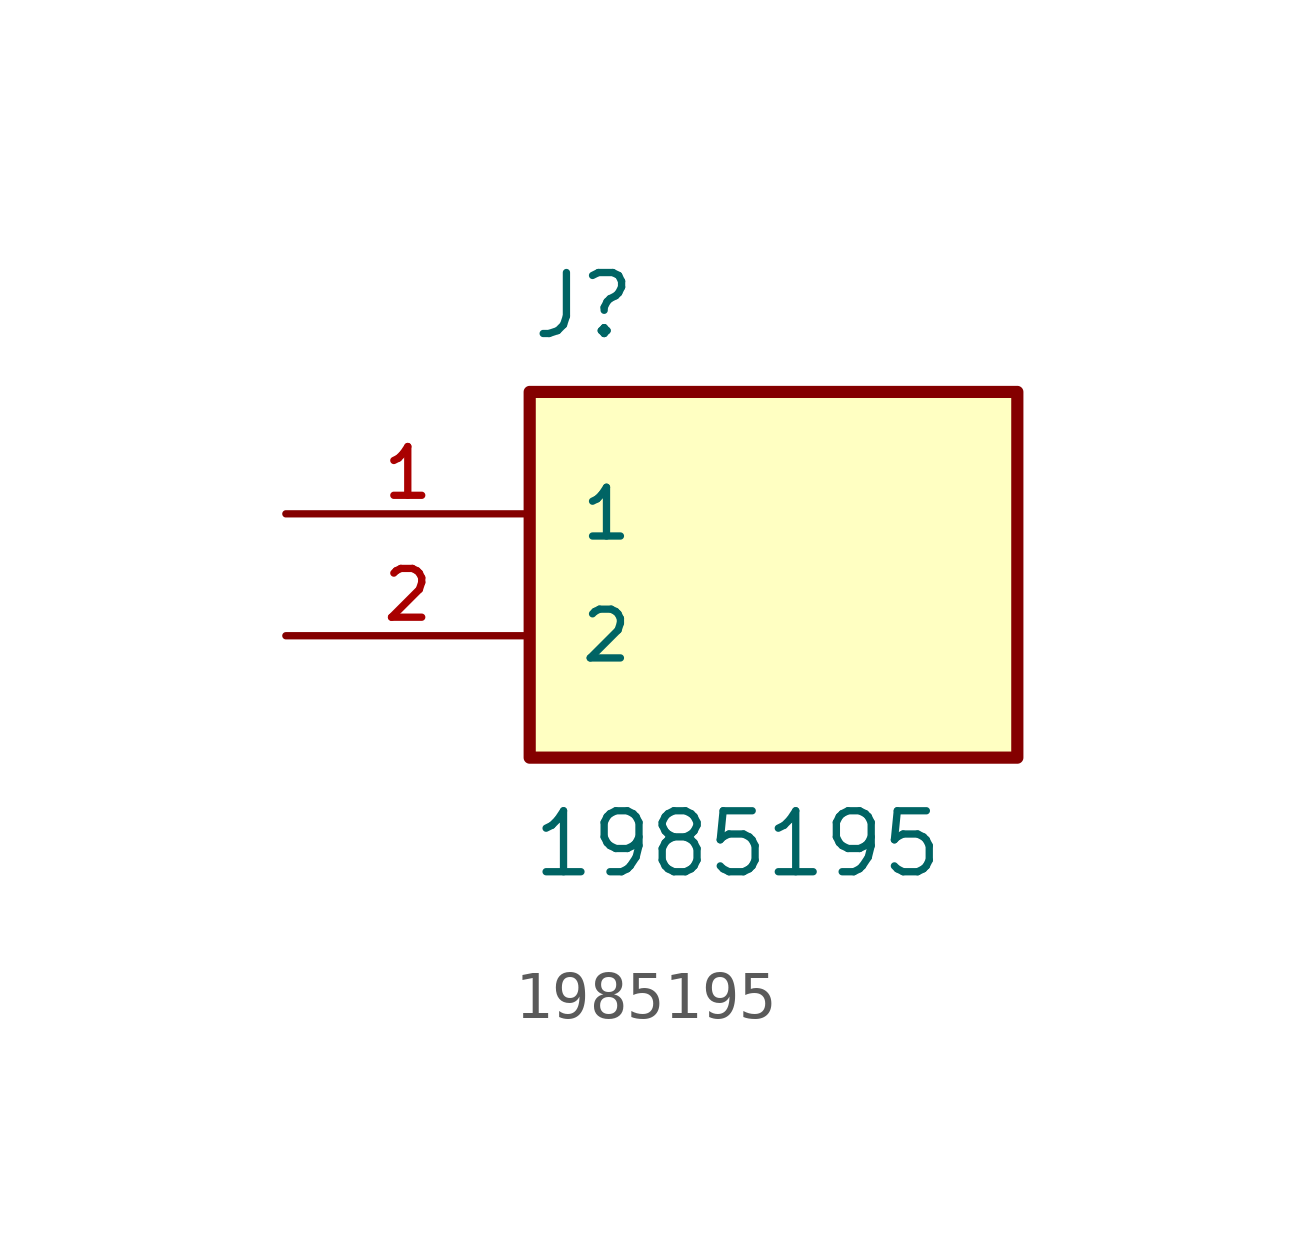
<source format=kicad_sym>
(kicad_symbol_lib
  (version 20211014)
  (generator kicad_symbol_editor)
  (symbol "1985195"
    (pin_names
      (offset 1.016))
    (property "Reference" "J"
      (at -5.08 5.08 0)
      (effects (font (size 1.27 1.27)) (justify top left)))
    (property "Value" "1985195"
      (at -5.08 -7.62 0)
      (effects (font (size 1.27 1.27)) (justify bottom left)))
    (symbol "1985195_0_0"
      (rectangle (start -5.08 -5.08) (end 5.08 2.54) (stroke (width 0.254)) (fill (type background)))
      (pin passive line (at -10.16 0.0 0) (length 5.08) (name "1" (effects (font (size 1.016 1.016)))) (number "1" (effects (font (size 1.016 1.016)))))
      (pin passive line (at -10.16 -2.54 0) (length 5.08) (name "2" (effects (font (size 1.016 1.016)))) (number "2" (effects (font (size 1.016 1.016))))))))
</source>
